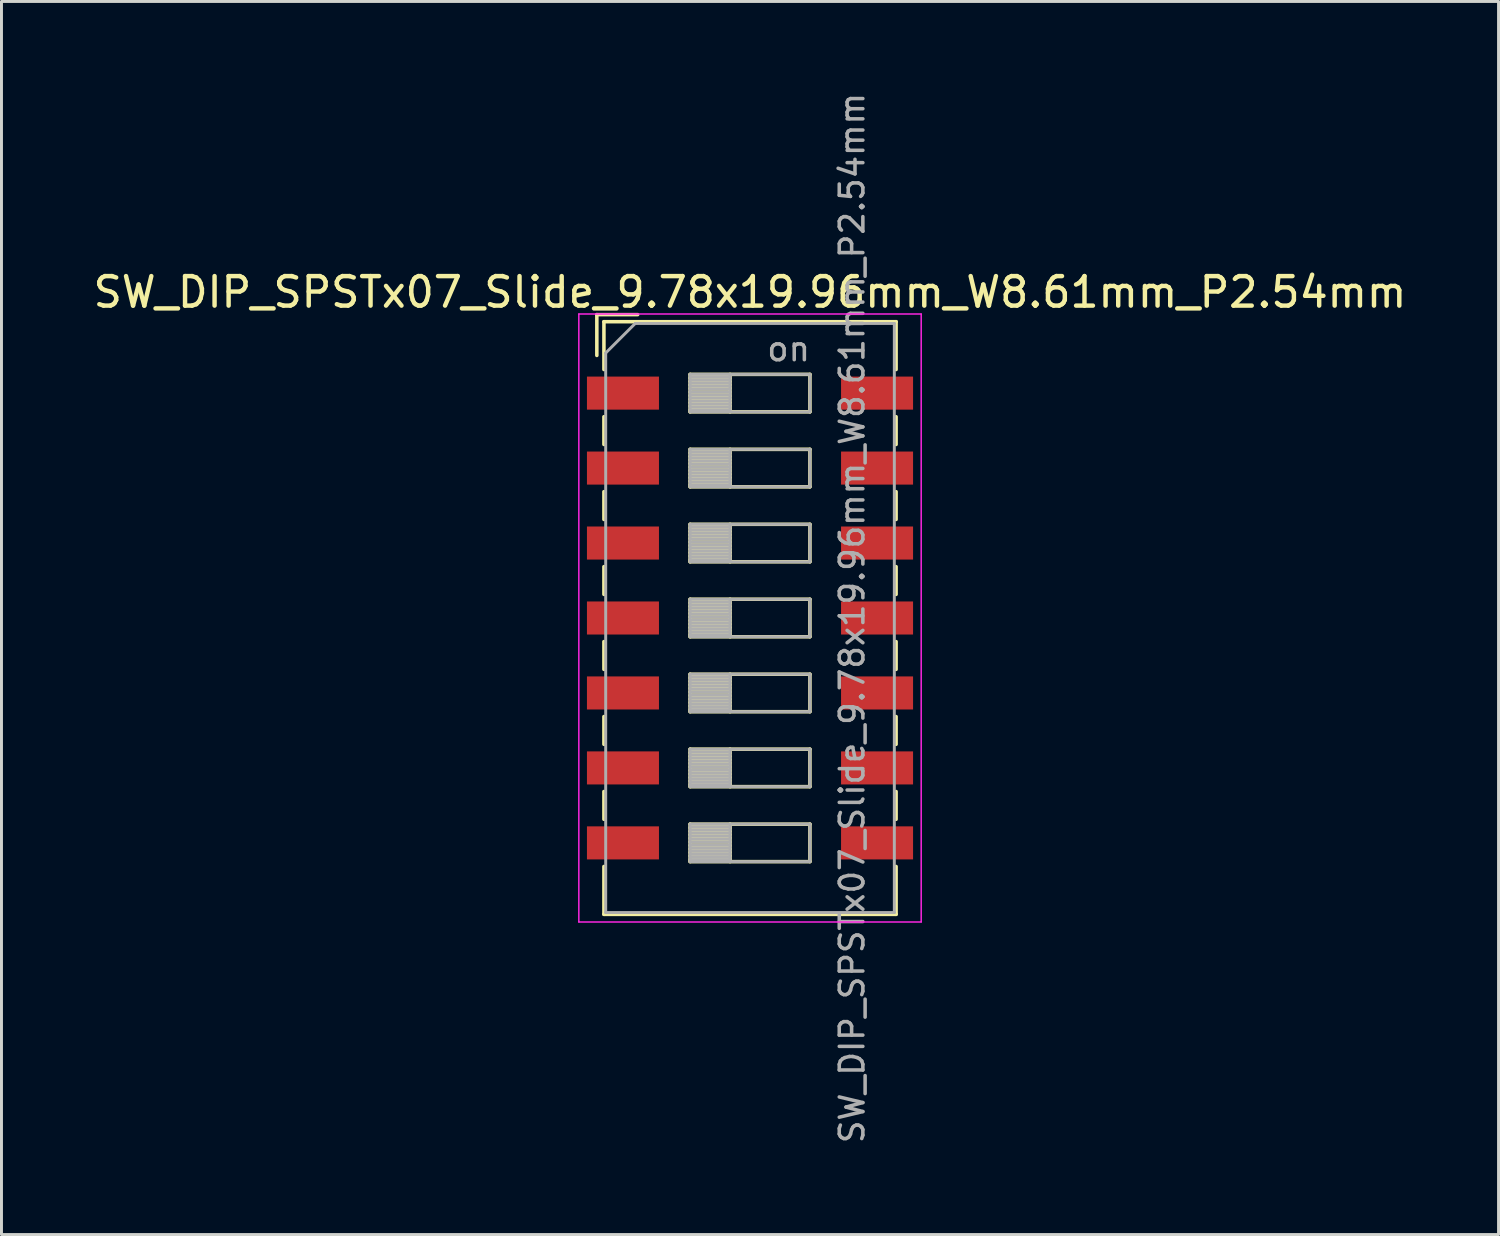
<source format=kicad_pcb>
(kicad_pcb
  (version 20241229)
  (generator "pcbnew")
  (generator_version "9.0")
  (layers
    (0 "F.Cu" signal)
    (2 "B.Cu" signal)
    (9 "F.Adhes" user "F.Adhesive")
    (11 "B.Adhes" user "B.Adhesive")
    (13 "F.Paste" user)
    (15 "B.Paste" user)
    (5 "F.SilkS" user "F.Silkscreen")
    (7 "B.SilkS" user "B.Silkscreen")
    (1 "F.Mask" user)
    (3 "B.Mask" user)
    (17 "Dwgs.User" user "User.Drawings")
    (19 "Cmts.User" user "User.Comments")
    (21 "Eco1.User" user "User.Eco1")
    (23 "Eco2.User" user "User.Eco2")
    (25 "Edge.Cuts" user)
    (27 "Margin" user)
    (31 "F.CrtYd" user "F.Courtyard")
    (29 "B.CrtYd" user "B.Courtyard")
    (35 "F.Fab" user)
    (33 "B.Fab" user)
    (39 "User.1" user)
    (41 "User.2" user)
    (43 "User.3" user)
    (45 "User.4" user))
  (footprint "SW_DIP_SPSTx07_Slide_9.78x19.96mm_W8.61mm_P2.54mm"
    (layer "F.Cu")
    (at 22.363 17.89)
    (property "Reference" "SW_DIP_SPSTx07_Slide_9.78x19.96mm_W8.61mm_P2.54mm" (at 0 -11.04 0) (layer "F.SilkS") (effects (font (size 1 1) (thickness 0.15))))
    (attr smd)
    (fp_line (start -5.19 -10.28) (end -5.19 -8.897) (stroke (width 0.12) (type solid)) (layer "F.SilkS"))
    (fp_line (start -5.19 -10.28) (end -3.806 -10.28) (stroke (width 0.12) (type solid)) (layer "F.SilkS"))
    (fp_line (start -4.95 -10.04) (end -4.95 -8.42) (stroke (width 0.12) (type solid)) (layer "F.SilkS"))
    (fp_line (start -4.95 -10.04) (end 4.95 -10.04) (stroke (width 0.12) (type solid)) (layer "F.SilkS"))
    (fp_line (start -4.95 -6.82) (end -4.95 -5.88) (stroke (width 0.12) (type solid)) (layer "F.SilkS"))
    (fp_line (start -4.95 -4.28) (end -4.95 -3.34) (stroke (width 0.12) (type solid)) (layer "F.SilkS"))
    (fp_line (start -4.95 -1.74) (end -4.95 -0.8) (stroke (width 0.12) (type solid)) (layer "F.SilkS"))
    (fp_line (start -4.95 0.8) (end -4.95 1.74) (stroke (width 0.12) (type solid)) (layer "F.SilkS"))
    (fp_line (start -4.95 3.34) (end -4.95 4.28) (stroke (width 0.12) (type solid)) (layer "F.SilkS"))
    (fp_line (start -4.95 5.88) (end -4.95 6.82) (stroke (width 0.12) (type solid)) (layer "F.SilkS"))
    (fp_line (start -4.95 8.42) (end -4.95 10.041) (stroke (width 0.12) (type solid)) (layer "F.SilkS"))
    (fp_line (start -4.95 10.041) (end 4.95 10.041) (stroke (width 0.12) (type solid)) (layer "F.SilkS"))
    (fp_line (start -2.03 -8.255) (end -2.03 -6.985) (stroke (width 0.12) (type solid)) (layer "F.SilkS"))
    (fp_line (start -2.03 -8.135) (end -0.677 -8.135) (stroke (width 0.12) (type solid)) (layer "F.SilkS"))
    (fp_line (start -2.03 -8.015) (end -0.677 -8.015) (stroke (width 0.12) (type solid)) (layer "F.SilkS"))
    (fp_line (start -2.03 -7.895) (end -0.677 -7.895) (stroke (width 0.12) (type solid)) (layer "F.SilkS"))
    (fp_line (start -2.03 -7.775) (end -0.677 -7.775) (stroke (width 0.12) (type solid)) (layer "F.SilkS"))
    (fp_line (start -2.03 -7.655) (end -0.677 -7.655) (stroke (width 0.12) (type solid)) (layer "F.SilkS"))
    (fp_line (start -2.03 -7.535) (end -0.677 -7.535) (stroke (width 0.12) (type solid)) (layer "F.SilkS"))
    (fp_line (start -2.03 -7.415) (end -0.677 -7.415) (stroke (width 0.12) (type solid)) (layer "F.SilkS"))
    (fp_line (start -2.03 -7.295) (end -0.677 -7.295) (stroke (width 0.12) (type solid)) (layer "F.SilkS"))
    (fp_line (start -2.03 -7.175) (end -0.677 -7.175) (stroke (width 0.12) (type solid)) (layer "F.SilkS"))
    (fp_line (start -2.03 -7.055) (end -0.677 -7.055) (stroke (width 0.12) (type solid)) (layer "F.SilkS"))
    (fp_line (start -2.03 -6.985) (end 2.03 -6.985) (stroke (width 0.12) (type solid)) (layer "F.SilkS"))
    (fp_line (start -2.03 -5.715) (end -2.03 -4.445) (stroke (width 0.12) (type solid)) (layer "F.SilkS"))
    (fp_line (start -2.03 -5.595) (end -0.677 -5.595) (stroke (width 0.12) (type solid)) (layer "F.SilkS"))
    (fp_line (start -2.03 -5.475) (end -0.677 -5.475) (stroke (width 0.12) (type solid)) (layer "F.SilkS"))
    (fp_line (start -2.03 -5.355) (end -0.677 -5.355) (stroke (width 0.12) (type solid)) (layer "F.SilkS"))
    (fp_line (start -2.03 -5.235) (end -0.677 -5.235) (stroke (width 0.12) (type solid)) (layer "F.SilkS"))
    (fp_line (start -2.03 -5.115) (end -0.677 -5.115) (stroke (width 0.12) (type solid)) (layer "F.SilkS"))
    (fp_line (start -2.03 -4.995) (end -0.677 -4.995) (stroke (width 0.12) (type solid)) (layer "F.SilkS"))
    (fp_line (start -2.03 -4.875) (end -0.677 -4.875) (stroke (width 0.12) (type solid)) (layer "F.SilkS"))
    (fp_line (start -2.03 -4.755) (end -0.677 -4.755) (stroke (width 0.12) (type solid)) (layer "F.SilkS"))
    (fp_line (start -2.03 -4.635) (end -0.677 -4.635) (stroke (width 0.12) (type solid)) (layer "F.SilkS"))
    (fp_line (start -2.03 -4.515) (end -0.677 -4.515) (stroke (width 0.12) (type solid)) (layer "F.SilkS"))
    (fp_line (start -2.03 -4.445) (end 2.03 -4.445) (stroke (width 0.12) (type solid)) (layer "F.SilkS"))
    (fp_line (start -2.03 -3.175) (end -2.03 -1.905) (stroke (width 0.12) (type solid)) (layer "F.SilkS"))
    (fp_line (start -2.03 -3.055) (end -0.677 -3.055) (stroke (width 0.12) (type solid)) (layer "F.SilkS"))
    (fp_line (start -2.03 -2.935) (end -0.677 -2.935) (stroke (width 0.12) (type solid)) (layer "F.SilkS"))
    (fp_line (start -2.03 -2.815) (end -0.677 -2.815) (stroke (width 0.12) (type solid)) (layer "F.SilkS"))
    (fp_line (start -2.03 -2.695) (end -0.677 -2.695) (stroke (width 0.12) (type solid)) (layer "F.SilkS"))
    (fp_line (start -2.03 -2.575) (end -0.677 -2.575) (stroke (width 0.12) (type solid)) (layer "F.SilkS"))
    (fp_line (start -2.03 -2.455) (end -0.677 -2.455) (stroke (width 0.12) (type solid)) (layer "F.SilkS"))
    (fp_line (start -2.03 -2.335) (end -0.677 -2.335) (stroke (width 0.12) (type solid)) (layer "F.SilkS"))
    (fp_line (start -2.03 -2.215) (end -0.677 -2.215) (stroke (width 0.12) (type solid)) (layer "F.SilkS"))
    (fp_line (start -2.03 -2.095) (end -0.677 -2.095) (stroke (width 0.12) (type solid)) (layer "F.SilkS"))
    (fp_line (start -2.03 -1.975) (end -0.677 -1.975) (stroke (width 0.12) (type solid)) (layer "F.SilkS"))
    (fp_line (start -2.03 -1.905) (end 2.03 -1.905) (stroke (width 0.12) (type solid)) (layer "F.SilkS"))
    (fp_line (start -2.03 -0.635) (end -2.03 0.635) (stroke (width 0.12) (type solid)) (layer "F.SilkS"))
    (fp_line (start -2.03 -0.515) (end -0.677 -0.515) (stroke (width 0.12) (type solid)) (layer "F.SilkS"))
    (fp_line (start -2.03 -0.395) (end -0.677 -0.395) (stroke (width 0.12) (type solid)) (layer "F.SilkS"))
    (fp_line (start -2.03 -0.275) (end -0.677 -0.275) (stroke (width 0.12) (type solid)) (layer "F.SilkS"))
    (fp_line (start -2.03 -0.155) (end -0.677 -0.155) (stroke (width 0.12) (type solid)) (layer "F.SilkS"))
    (fp_line (start -2.03 -0.035) (end -0.677 -0.035) (stroke (width 0.12) (type solid)) (layer "F.SilkS"))
    (fp_line (start -2.03 0.085) (end -0.677 0.085) (stroke (width 0.12) (type solid)) (layer "F.SilkS"))
    (fp_line (start -2.03 0.205) (end -0.677 0.205) (stroke (width 0.12) (type solid)) (layer "F.SilkS"))
    (fp_line (start -2.03 0.325) (end -0.677 0.325) (stroke (width 0.12) (type solid)) (layer "F.SilkS"))
    (fp_line (start -2.03 0.445) (end -0.677 0.445) (stroke (width 0.12) (type solid)) (layer "F.SilkS"))
    (fp_line (start -2.03 0.565) (end -0.677 0.565) (stroke (width 0.12) (type solid)) (layer "F.SilkS"))
    (fp_line (start -2.03 0.635) (end 2.03 0.635) (stroke (width 0.12) (type solid)) (layer "F.SilkS"))
    (fp_line (start -2.03 1.905) (end -2.03 3.175) (stroke (width 0.12) (type solid)) (layer "F.SilkS"))
    (fp_line (start -2.03 2.025) (end -0.677 2.025) (stroke (width 0.12) (type solid)) (layer "F.SilkS"))
    (fp_line (start -2.03 2.145) (end -0.677 2.145) (stroke (width 0.12) (type solid)) (layer "F.SilkS"))
    (fp_line (start -2.03 2.265) (end -0.677 2.265) (stroke (width 0.12) (type solid)) (layer "F.SilkS"))
    (fp_line (start -2.03 2.385) (end -0.677 2.385) (stroke (width 0.12) (type solid)) (layer "F.SilkS"))
    (fp_line (start -2.03 2.505) (end -0.677 2.505) (stroke (width 0.12) (type solid)) (layer "F.SilkS"))
    (fp_line (start -2.03 2.625) (end -0.677 2.625) (stroke (width 0.12) (type solid)) (layer "F.SilkS"))
    (fp_line (start -2.03 2.745) (end -0.677 2.745) (stroke (width 0.12) (type solid)) (layer "F.SilkS"))
    (fp_line (start -2.03 2.865) (end -0.677 2.865) (stroke (width 0.12) (type solid)) (layer "F.SilkS"))
    (fp_line (start -2.03 2.985) (end -0.677 2.985) (stroke (width 0.12) (type solid)) (layer "F.SilkS"))
    (fp_line (start -2.03 3.105) (end -0.677 3.105) (stroke (width 0.12) (type solid)) (layer "F.SilkS"))
    (fp_line (start -2.03 3.175) (end 2.03 3.175) (stroke (width 0.12) (type solid)) (layer "F.SilkS"))
    (fp_line (start -2.03 4.445) (end -2.03 5.715) (stroke (width 0.12) (type solid)) (layer "F.SilkS"))
    (fp_line (start -2.03 4.565) (end -0.677 4.565) (stroke (width 0.12) (type solid)) (layer "F.SilkS"))
    (fp_line (start -2.03 4.685) (end -0.677 4.685) (stroke (width 0.12) (type solid)) (layer "F.SilkS"))
    (fp_line (start -2.03 4.805) (end -0.677 4.805) (stroke (width 0.12) (type solid)) (layer "F.SilkS"))
    (fp_line (start -2.03 4.925) (end -0.677 4.925) (stroke (width 0.12) (type solid)) (layer "F.SilkS"))
    (fp_line (start -2.03 5.045) (end -0.677 5.045) (stroke (width 0.12) (type solid)) (layer "F.SilkS"))
    (fp_line (start -2.03 5.165) (end -0.677 5.165) (stroke (width 0.12) (type solid)) (layer "F.SilkS"))
    (fp_line (start -2.03 5.285) (end -0.677 5.285) (stroke (width 0.12) (type solid)) (layer "F.SilkS"))
    (fp_line (start -2.03 5.405) (end -0.677 5.405) (stroke (width 0.12) (type solid)) (layer "F.SilkS"))
    (fp_line (start -2.03 5.525) (end -0.677 5.525) (stroke (width 0.12) (type solid)) (layer "F.SilkS"))
    (fp_line (start -2.03 5.645) (end -0.677 5.645) (stroke (width 0.12) (type solid)) (layer "F.SilkS"))
    (fp_line (start -2.03 5.715) (end 2.03 5.715) (stroke (width 0.12) (type solid)) (layer "F.SilkS"))
    (fp_line (start -2.03 6.985) (end -2.03 8.255) (stroke (width 0.12) (type solid)) (layer "F.SilkS"))
    (fp_line (start -2.03 7.105) (end -0.677 7.105) (stroke (width 0.12) (type solid)) (layer "F.SilkS"))
    (fp_line (start -2.03 7.225) (end -0.677 7.225) (stroke (width 0.12) (type solid)) (layer "F.SilkS"))
    (fp_line (start -2.03 7.345) (end -0.677 7.345) (stroke (width 0.12) (type solid)) (layer "F.SilkS"))
    (fp_line (start -2.03 7.465) (end -0.677 7.465) (stroke (width 0.12) (type solid)) (layer "F.SilkS"))
    (fp_line (start -2.03 7.585) (end -0.677 7.585) (stroke (width 0.12) (type solid)) (layer "F.SilkS"))
    (fp_line (start -2.03 7.705) (end -0.677 7.705) (stroke (width 0.12) (type solid)) (layer "F.SilkS"))
    (fp_line (start -2.03 7.825) (end -0.677 7.825) (stroke (width 0.12) (type solid)) (layer "F.SilkS"))
    (fp_line (start -2.03 7.945) (end -0.677 7.945) (stroke (width 0.12) (type solid)) (layer "F.SilkS"))
    (fp_line (start -2.03 8.065) (end -0.677 8.065) (stroke (width 0.12) (type solid)) (layer "F.SilkS"))
    (fp_line (start -2.03 8.185) (end -0.677 8.185) (stroke (width 0.12) (type solid)) (layer "F.SilkS"))
    (fp_line (start -2.03 8.255) (end 2.03 8.255) (stroke (width 0.12) (type solid)) (layer "F.SilkS"))
    (fp_line (start -0.677 -8.255) (end -0.677 -6.985) (stroke (width 0.12) (type solid)) (layer "F.SilkS"))
    (fp_line (start -0.677 -5.715) (end -0.677 -4.445) (stroke (width 0.12) (type solid)) (layer "F.SilkS"))
    (fp_line (start -0.677 -3.175) (end -0.677 -1.905) (stroke (width 0.12) (type solid)) (layer "F.SilkS"))
    (fp_line (start -0.677 -0.635) (end -0.677 0.635) (stroke (width 0.12) (type solid)) (layer "F.SilkS"))
    (fp_line (start -0.677 1.905) (end -0.677 3.175) (stroke (width 0.12) (type solid)) (layer "F.SilkS"))
    (fp_line (start -0.677 4.445) (end -0.677 5.715) (stroke (width 0.12) (type solid)) (layer "F.SilkS"))
    (fp_line (start -0.677 6.985) (end -0.677 8.255) (stroke (width 0.12) (type solid)) (layer "F.SilkS"))
    (fp_line (start 2.03 -8.255) (end -2.03 -8.255) (stroke (width 0.12) (type solid)) (layer "F.SilkS"))
    (fp_line (start 2.03 -6.985) (end 2.03 -8.255) (stroke (width 0.12) (type solid)) (layer "F.SilkS"))
    (fp_line (start 2.03 -5.715) (end -2.03 -5.715) (stroke (width 0.12) (type solid)) (layer "F.SilkS"))
    (fp_line (start 2.03 -4.445) (end 2.03 -5.715) (stroke (width 0.12) (type solid)) (layer "F.SilkS"))
    (fp_line (start 2.03 -3.175) (end -2.03 -3.175) (stroke (width 0.12) (type solid)) (layer "F.SilkS"))
    (fp_line (start 2.03 -1.905) (end 2.03 -3.175) (stroke (width 0.12) (type solid)) (layer "F.SilkS"))
    (fp_line (start 2.03 -0.635) (end -2.03 -0.635) (stroke (width 0.12) (type solid)) (layer "F.SilkS"))
    (fp_line (start 2.03 0.635) (end 2.03 -0.635) (stroke (width 0.12) (type solid)) (layer "F.SilkS"))
    (fp_line (start 2.03 1.905) (end -2.03 1.905) (stroke (width 0.12) (type solid)) (layer "F.SilkS"))
    (fp_line (start 2.03 3.175) (end 2.03 1.905) (stroke (width 0.12) (type solid)) (layer "F.SilkS"))
    (fp_line (start 2.03 4.445) (end -2.03 4.445) (stroke (width 0.12) (type solid)) (layer "F.SilkS"))
    (fp_line (start 2.03 5.715) (end 2.03 4.445) (stroke (width 0.12) (type solid)) (layer "F.SilkS"))
    (fp_line (start 2.03 6.985) (end -2.03 6.985) (stroke (width 0.12) (type solid)) (layer "F.SilkS"))
    (fp_line (start 2.03 8.255) (end 2.03 6.985) (stroke (width 0.12) (type solid)) (layer "F.SilkS"))
    (fp_line (start 4.95 -10.04) (end 4.95 -8.42) (stroke (width 0.12) (type solid)) (layer "F.SilkS"))
    (fp_line (start 4.95 -6.82) (end 4.95 -5.88) (stroke (width 0.12) (type solid)) (layer "F.SilkS"))
    (fp_line (start 4.95 -4.28) (end 4.95 -3.34) (stroke (width 0.12) (type solid)) (layer "F.SilkS"))
    (fp_line (start 4.95 -1.74) (end 4.95 -0.8) (stroke (width 0.12) (type solid)) (layer "F.SilkS"))
    (fp_line (start 4.95 0.8) (end 4.95 1.74) (stroke (width 0.12) (type solid)) (layer "F.SilkS"))
    (fp_line (start 4.95 3.34) (end 4.95 4.28) (stroke (width 0.12) (type solid)) (layer "F.SilkS"))
    (fp_line (start 4.95 5.88) (end 4.95 6.82) (stroke (width 0.12) (type solid)) (layer "F.SilkS"))
    (fp_line (start 4.95 8.42) (end 4.95 10.041) (stroke (width 0.12) (type solid)) (layer "F.SilkS"))
    (fp_line (start -5.8 -10.3) (end -5.8 10.3) (stroke (width 0.05) (type solid)) (layer "F.CrtYd"))
    (fp_line (start -5.8 10.3) (end 5.8 10.3) (stroke (width 0.05) (type solid)) (layer "F.CrtYd"))
    (fp_line (start 5.8 -10.3) (end -5.8 -10.3) (stroke (width 0.05) (type solid)) (layer "F.CrtYd"))
    (fp_line (start 5.8 10.3) (end 5.8 -10.3) (stroke (width 0.05) (type solid)) (layer "F.CrtYd"))
    (fp_line (start -4.89 -8.98) (end -3.89 -9.98) (stroke (width 0.1) (type solid)) (layer "F.Fab"))
    (fp_line (start -4.89 9.98) (end -4.89 -8.98) (stroke (width 0.1) (type solid)) (layer "F.Fab"))
    (fp_line (start -3.89 -9.98) (end 4.89 -9.98) (stroke (width 0.1) (type solid)) (layer "F.Fab"))
    (fp_line (start -2.03 -8.255) (end -2.03 -6.985) (stroke (width 0.1) (type solid)) (layer "F.Fab"))
    (fp_line (start -2.03 -8.155) (end -0.677 -8.155) (stroke (width 0.1) (type solid)) (layer "F.Fab"))
    (fp_line (start -2.03 -8.055) (end -0.677 -8.055) (stroke (width 0.1) (type solid)) (layer "F.Fab"))
    (fp_line (start -2.03 -7.955) (end -0.677 -7.955) (stroke (width 0.1) (type solid)) (layer "F.Fab"))
    (fp_line (start -2.03 -7.855) (end -0.677 -7.855) (stroke (width 0.1) (type solid)) (layer "F.Fab"))
    (fp_line (start -2.03 -7.755) (end -0.677 -7.755) (stroke (width 0.1) (type solid)) (layer "F.Fab"))
    (fp_line (start -2.03 -7.655) (end -0.677 -7.655) (stroke (width 0.1) (type solid)) (layer "F.Fab"))
    (fp_line (start -2.03 -7.555) (end -0.677 -7.555) (stroke (width 0.1) (type solid)) (layer "F.Fab"))
    (fp_line (start -2.03 -7.455) (end -0.677 -7.455) (stroke (width 0.1) (type solid)) (layer "F.Fab"))
    (fp_line (start -2.03 -7.355) (end -0.677 -7.355) (stroke (width 0.1) (type solid)) (layer "F.Fab"))
    (fp_line (start -2.03 -7.255) (end -0.677 -7.255) (stroke (width 0.1) (type solid)) (layer "F.Fab"))
    (fp_line (start -2.03 -7.155) (end -0.677 -7.155) (stroke (width 0.1) (type solid)) (layer "F.Fab"))
    (fp_line (start -2.03 -7.055) (end -0.677 -7.055) (stroke (width 0.1) (type solid)) (layer "F.Fab"))
    (fp_line (start -2.03 -6.985) (end 2.03 -6.985) (stroke (width 0.1) (type solid)) (layer "F.Fab"))
    (fp_line (start -2.03 -5.715) (end -2.03 -4.445) (stroke (width 0.1) (type solid)) (layer "F.Fab"))
    (fp_line (start -2.03 -5.615) (end -0.677 -5.615) (stroke (width 0.1) (type solid)) (layer "F.Fab"))
    (fp_line (start -2.03 -5.515) (end -0.677 -5.515) (stroke (width 0.1) (type solid)) (layer "F.Fab"))
    (fp_line (start -2.03 -5.415) (end -0.677 -5.415) (stroke (width 0.1) (type solid)) (layer "F.Fab"))
    (fp_line (start -2.03 -5.315) (end -0.677 -5.315) (stroke (width 0.1) (type solid)) (layer "F.Fab"))
    (fp_line (start -2.03 -5.215) (end -0.677 -5.215) (stroke (width 0.1) (type solid)) (layer "F.Fab"))
    (fp_line (start -2.03 -5.115) (end -0.677 -5.115) (stroke (width 0.1) (type solid)) (layer "F.Fab"))
    (fp_line (start -2.03 -5.015) (end -0.677 -5.015) (stroke (width 0.1) (type solid)) (layer "F.Fab"))
    (fp_line (start -2.03 -4.915) (end -0.677 -4.915) (stroke (width 0.1) (type solid)) (layer "F.Fab"))
    (fp_line (start -2.03 -4.815) (end -0.677 -4.815) (stroke (width 0.1) (type solid)) (layer "F.Fab"))
    (fp_line (start -2.03 -4.715) (end -0.677 -4.715) (stroke (width 0.1) (type solid)) (layer "F.Fab"))
    (fp_line (start -2.03 -4.615) (end -0.677 -4.615) (stroke (width 0.1) (type solid)) (layer "F.Fab"))
    (fp_line (start -2.03 -4.515) (end -0.677 -4.515) (stroke (width 0.1) (type solid)) (layer "F.Fab"))
    (fp_line (start -2.03 -4.445) (end 2.03 -4.445) (stroke (width 0.1) (type solid)) (layer "F.Fab"))
    (fp_line (start -2.03 -3.175) (end -2.03 -1.905) (stroke (width 0.1) (type solid)) (layer "F.Fab"))
    (fp_line (start -2.03 -3.075) (end -0.677 -3.075) (stroke (width 0.1) (type solid)) (layer "F.Fab"))
    (fp_line (start -2.03 -2.975) (end -0.677 -2.975) (stroke (width 0.1) (type solid)) (layer "F.Fab"))
    (fp_line (start -2.03 -2.875) (end -0.677 -2.875) (stroke (width 0.1) (type solid)) (layer "F.Fab"))
    (fp_line (start -2.03 -2.775) (end -0.677 -2.775) (stroke (width 0.1) (type solid)) (layer "F.Fab"))
    (fp_line (start -2.03 -2.675) (end -0.677 -2.675) (stroke (width 0.1) (type solid)) (layer "F.Fab"))
    (fp_line (start -2.03 -2.575) (end -0.677 -2.575) (stroke (width 0.1) (type solid)) (layer "F.Fab"))
    (fp_line (start -2.03 -2.475) (end -0.677 -2.475) (stroke (width 0.1) (type solid)) (layer "F.Fab"))
    (fp_line (start -2.03 -2.375) (end -0.677 -2.375) (stroke (width 0.1) (type solid)) (layer "F.Fab"))
    (fp_line (start -2.03 -2.275) (end -0.677 -2.275) (stroke (width 0.1) (type solid)) (layer "F.Fab"))
    (fp_line (start -2.03 -2.175) (end -0.677 -2.175) (stroke (width 0.1) (type solid)) (layer "F.Fab"))
    (fp_line (start -2.03 -2.075) (end -0.677 -2.075) (stroke (width 0.1) (type solid)) (layer "F.Fab"))
    (fp_line (start -2.03 -1.975) (end -0.677 -1.975) (stroke (width 0.1) (type solid)) (layer "F.Fab"))
    (fp_line (start -2.03 -1.905) (end 2.03 -1.905) (stroke (width 0.1) (type solid)) (layer "F.Fab"))
    (fp_line (start -2.03 -0.635) (end -2.03 0.635) (stroke (width 0.1) (type solid)) (layer "F.Fab"))
    (fp_line (start -2.03 -0.535) (end -0.677 -0.535) (stroke (width 0.1) (type solid)) (layer "F.Fab"))
    (fp_line (start -2.03 -0.435) (end -0.677 -0.435) (stroke (width 0.1) (type solid)) (layer "F.Fab"))
    (fp_line (start -2.03 -0.335) (end -0.677 -0.335) (stroke (width 0.1) (type solid)) (layer "F.Fab"))
    (fp_line (start -2.03 -0.235) (end -0.677 -0.235) (stroke (width 0.1) (type solid)) (layer "F.Fab"))
    (fp_line (start -2.03 -0.135) (end -0.677 -0.135) (stroke (width 0.1) (type solid)) (layer "F.Fab"))
    (fp_line (start -2.03 -0.035) (end -0.677 -0.035) (stroke (width 0.1) (type solid)) (layer "F.Fab"))
    (fp_line (start -2.03 0.065) (end -0.677 0.065) (stroke (width 0.1) (type solid)) (layer "F.Fab"))
    (fp_line (start -2.03 0.165) (end -0.677 0.165) (stroke (width 0.1) (type solid)) (layer "F.Fab"))
    (fp_line (start -2.03 0.265) (end -0.677 0.265) (stroke (width 0.1) (type solid)) (layer "F.Fab"))
    (fp_line (start -2.03 0.365) (end -0.677 0.365) (stroke (width 0.1) (type solid)) (layer "F.Fab"))
    (fp_line (start -2.03 0.465) (end -0.677 0.465) (stroke (width 0.1) (type solid)) (layer "F.Fab"))
    (fp_line (start -2.03 0.565) (end -0.677 0.565) (stroke (width 0.1) (type solid)) (layer "F.Fab"))
    (fp_line (start -2.03 0.635) (end 2.03 0.635) (stroke (width 0.1) (type solid)) (layer "F.Fab"))
    (fp_line (start -2.03 1.905) (end -2.03 3.175) (stroke (width 0.1) (type solid)) (layer "F.Fab"))
    (fp_line (start -2.03 2.005) (end -0.677 2.005) (stroke (width 0.1) (type solid)) (layer "F.Fab"))
    (fp_line (start -2.03 2.105) (end -0.677 2.105) (stroke (width 0.1) (type solid)) (layer "F.Fab"))
    (fp_line (start -2.03 2.205) (end -0.677 2.205) (stroke (width 0.1) (type solid)) (layer "F.Fab"))
    (fp_line (start -2.03 2.305) (end -0.677 2.305) (stroke (width 0.1) (type solid)) (layer "F.Fab"))
    (fp_line (start -2.03 2.405) (end -0.677 2.405) (stroke (width 0.1) (type solid)) (layer "F.Fab"))
    (fp_line (start -2.03 2.505) (end -0.677 2.505) (stroke (width 0.1) (type solid)) (layer "F.Fab"))
    (fp_line (start -2.03 2.605) (end -0.677 2.605) (stroke (width 0.1) (type solid)) (layer "F.Fab"))
    (fp_line (start -2.03 2.705) (end -0.677 2.705) (stroke (width 0.1) (type solid)) (layer "F.Fab"))
    (fp_line (start -2.03 2.805) (end -0.677 2.805) (stroke (width 0.1) (type solid)) (layer "F.Fab"))
    (fp_line (start -2.03 2.905) (end -0.677 2.905) (stroke (width 0.1) (type solid)) (layer "F.Fab"))
    (fp_line (start -2.03 3.005) (end -0.677 3.005) (stroke (width 0.1) (type solid)) (layer "F.Fab"))
    (fp_line (start -2.03 3.105) (end -0.677 3.105) (stroke (width 0.1) (type solid)) (layer "F.Fab"))
    (fp_line (start -2.03 3.175) (end 2.03 3.175) (stroke (width 0.1) (type solid)) (layer "F.Fab"))
    (fp_line (start -2.03 4.445) (end -2.03 5.715) (stroke (width 0.1) (type solid)) (layer "F.Fab"))
    (fp_line (start -2.03 4.545) (end -0.677 4.545) (stroke (width 0.1) (type solid)) (layer "F.Fab"))
    (fp_line (start -2.03 4.645) (end -0.677 4.645) (stroke (width 0.1) (type solid)) (layer "F.Fab"))
    (fp_line (start -2.03 4.745) (end -0.677 4.745) (stroke (width 0.1) (type solid)) (layer "F.Fab"))
    (fp_line (start -2.03 4.845) (end -0.677 4.845) (stroke (width 0.1) (type solid)) (layer "F.Fab"))
    (fp_line (start -2.03 4.945) (end -0.677 4.945) (stroke (width 0.1) (type solid)) (layer "F.Fab"))
    (fp_line (start -2.03 5.045) (end -0.677 5.045) (stroke (width 0.1) (type solid)) (layer "F.Fab"))
    (fp_line (start -2.03 5.145) (end -0.677 5.145) (stroke (width 0.1) (type solid)) (layer "F.Fab"))
    (fp_line (start -2.03 5.245) (end -0.677 5.245) (stroke (width 0.1) (type solid)) (layer "F.Fab"))
    (fp_line (start -2.03 5.345) (end -0.677 5.345) (stroke (width 0.1) (type solid)) (layer "F.Fab"))
    (fp_line (start -2.03 5.445) (end -0.677 5.445) (stroke (width 0.1) (type solid)) (layer "F.Fab"))
    (fp_line (start -2.03 5.545) (end -0.677 5.545) (stroke (width 0.1) (type solid)) (layer "F.Fab"))
    (fp_line (start -2.03 5.645) (end -0.677 5.645) (stroke (width 0.1) (type solid)) (layer "F.Fab"))
    (fp_line (start -2.03 5.715) (end 2.03 5.715) (stroke (width 0.1) (type solid)) (layer "F.Fab"))
    (fp_line (start -2.03 6.985) (end -2.03 8.255) (stroke (width 0.1) (type solid)) (layer "F.Fab"))
    (fp_line (start -2.03 7.085) (end -0.677 7.085) (stroke (width 0.1) (type solid)) (layer "F.Fab"))
    (fp_line (start -2.03 7.185) (end -0.677 7.185) (stroke (width 0.1) (type solid)) (layer "F.Fab"))
    (fp_line (start -2.03 7.285) (end -0.677 7.285) (stroke (width 0.1) (type solid)) (layer "F.Fab"))
    (fp_line (start -2.03 7.385) (end -0.677 7.385) (stroke (width 0.1) (type solid)) (layer "F.Fab"))
    (fp_line (start -2.03 7.485) (end -0.677 7.485) (stroke (width 0.1) (type solid)) (layer "F.Fab"))
    (fp_line (start -2.03 7.585) (end -0.677 7.585) (stroke (width 0.1) (type solid)) (layer "F.Fab"))
    (fp_line (start -2.03 7.685) (end -0.677 7.685) (stroke (width 0.1) (type solid)) (layer "F.Fab"))
    (fp_line (start -2.03 7.785) (end -0.677 7.785) (stroke (width 0.1) (type solid)) (layer "F.Fab"))
    (fp_line (start -2.03 7.885) (end -0.677 7.885) (stroke (width 0.1) (type solid)) (layer "F.Fab"))
    (fp_line (start -2.03 7.985) (end -0.677 7.985) (stroke (width 0.1) (type solid)) (layer "F.Fab"))
    (fp_line (start -2.03 8.085) (end -0.677 8.085) (stroke (width 0.1) (type solid)) (layer "F.Fab"))
    (fp_line (start -2.03 8.185) (end -0.677 8.185) (stroke (width 0.1) (type solid)) (layer "F.Fab"))
    (fp_line (start -2.03 8.255) (end 2.03 8.255) (stroke (width 0.1) (type solid)) (layer "F.Fab"))
    (fp_line (start -0.677 -8.255) (end -0.677 -6.985) (stroke (width 0.1) (type solid)) (layer "F.Fab"))
    (fp_line (start -0.677 -5.715) (end -0.677 -4.445) (stroke (width 0.1) (type solid)) (layer "F.Fab"))
    (fp_line (start -0.677 -3.175) (end -0.677 -1.905) (stroke (width 0.1) (type solid)) (layer "F.Fab"))
    (fp_line (start -0.677 -0.635) (end -0.677 0.635) (stroke (width 0.1) (type solid)) (layer "F.Fab"))
    (fp_line (start -0.677 1.905) (end -0.677 3.175) (stroke (width 0.1) (type solid)) (layer "F.Fab"))
    (fp_line (start -0.677 4.445) (end -0.677 5.715) (stroke (width 0.1) (type solid)) (layer "F.Fab"))
    (fp_line (start -0.677 6.985) (end -0.677 8.255) (stroke (width 0.1) (type solid)) (layer "F.Fab"))
    (fp_line (start 2.03 -8.255) (end -2.03 -8.255) (stroke (width 0.1) (type solid)) (layer "F.Fab"))
    (fp_line (start 2.03 -6.985) (end 2.03 -8.255) (stroke (width 0.1) (type solid)) (layer "F.Fab"))
    (fp_line (start 2.03 -5.715) (end -2.03 -5.715) (stroke (width 0.1) (type solid)) (layer "F.Fab"))
    (fp_line (start 2.03 -4.445) (end 2.03 -5.715) (stroke (width 0.1) (type solid)) (layer "F.Fab"))
    (fp_line (start 2.03 -3.175) (end -2.03 -3.175) (stroke (width 0.1) (type solid)) (layer "F.Fab"))
    (fp_line (start 2.03 -1.905) (end 2.03 -3.175) (stroke (width 0.1) (type solid)) (layer "F.Fab"))
    (fp_line (start 2.03 -0.635) (end -2.03 -0.635) (stroke (width 0.1) (type solid)) (layer "F.Fab"))
    (fp_line (start 2.03 0.635) (end 2.03 -0.635) (stroke (width 0.1) (type solid)) (layer "F.Fab"))
    (fp_line (start 2.03 1.905) (end -2.03 1.905) (stroke (width 0.1) (type solid)) (layer "F.Fab"))
    (fp_line (start 2.03 3.175) (end 2.03 1.905) (stroke (width 0.1) (type solid)) (layer "F.Fab"))
    (fp_line (start 2.03 4.445) (end -2.03 4.445) (stroke (width 0.1) (type solid)) (layer "F.Fab"))
    (fp_line (start 2.03 5.715) (end 2.03 4.445) (stroke (width 0.1) (type solid)) (layer "F.Fab"))
    (fp_line (start 2.03 6.985) (end -2.03 6.985) (stroke (width 0.1) (type solid)) (layer "F.Fab"))
    (fp_line (start 2.03 8.255) (end 2.03 6.985) (stroke (width 0.1) (type solid)) (layer "F.Fab"))
    (fp_line (start 4.89 -9.98) (end 4.89 9.98) (stroke (width 0.1) (type solid)) (layer "F.Fab"))
    (fp_line (start 4.89 9.98) (end -4.89 9.98) (stroke (width 0.1) (type solid)) (layer "F.Fab"))
    (fp_text user "${REFERENCE}" (at 3.46 0 90) (layer "F.Fab") (effects (font (size 0.8 0.8) (thickness 0.12))))
    (fp_text user "on" (at 1.308 -9.117 0) (layer "F.Fab") (effects (font (size 0.8 0.8) (thickness 0.12))))
    (pad "1" smd rect (at -4.305 -7.62) (size 2.44 1.12) (layers "F.Cu" "F.Mask" "F.Paste"))
    (pad "2" smd rect (at -4.305 -5.08) (size 2.44 1.12) (layers "F.Cu" "F.Mask" "F.Paste"))
    (pad "3" smd rect (at -4.305 -2.54) (size 2.44 1.12) (layers "F.Cu" "F.Mask" "F.Paste"))
    (pad "4" smd rect (at -4.305 0) (size 2.44 1.12) (layers "F.Cu" "F.Mask" "F.Paste"))
    (pad "5" smd rect (at -4.305 2.54) (size 2.44 1.12) (layers "F.Cu" "F.Mask" "F.Paste"))
    (pad "6" smd rect (at -4.305 5.08) (size 2.44 1.12) (layers "F.Cu" "F.Mask" "F.Paste"))
    (pad "7" smd rect (at -4.305 7.62) (size 2.44 1.12) (layers "F.Cu" "F.Mask" "F.Paste"))
    (pad "8" smd rect (at 4.305 7.62) (size 2.44 1.12) (layers "F.Cu" "F.Mask" "F.Paste"))
    (pad "9" smd rect (at 4.305 5.08) (size 2.44 1.12) (layers "F.Cu" "F.Mask" "F.Paste"))
    (pad "10" smd rect (at 4.305 2.54) (size 2.44 1.12) (layers "F.Cu" "F.Mask" "F.Paste"))
    (pad "11" smd rect (at 4.305 0) (size 2.44 1.12) (layers "F.Cu" "F.Mask" "F.Paste"))
    (pad "12" smd rect (at 4.305 -2.54) (size 2.44 1.12) (layers "F.Cu" "F.Mask" "F.Paste"))
    (pad "13" smd rect (at 4.305 -5.08) (size 2.44 1.12) (layers "F.Cu" "F.Mask" "F.Paste"))
    (pad "14" smd rect (at 4.305 -7.62) (size 2.44 1.12) (layers "F.Cu" "F.Mask" "F.Paste")))
  (gr_rect
    (start -3 -3)
    (end 47.726 38.781)
    (stroke (width 0.1) (type default))
    (fill no)
    (layer "Edge.Cuts")))
</source>
